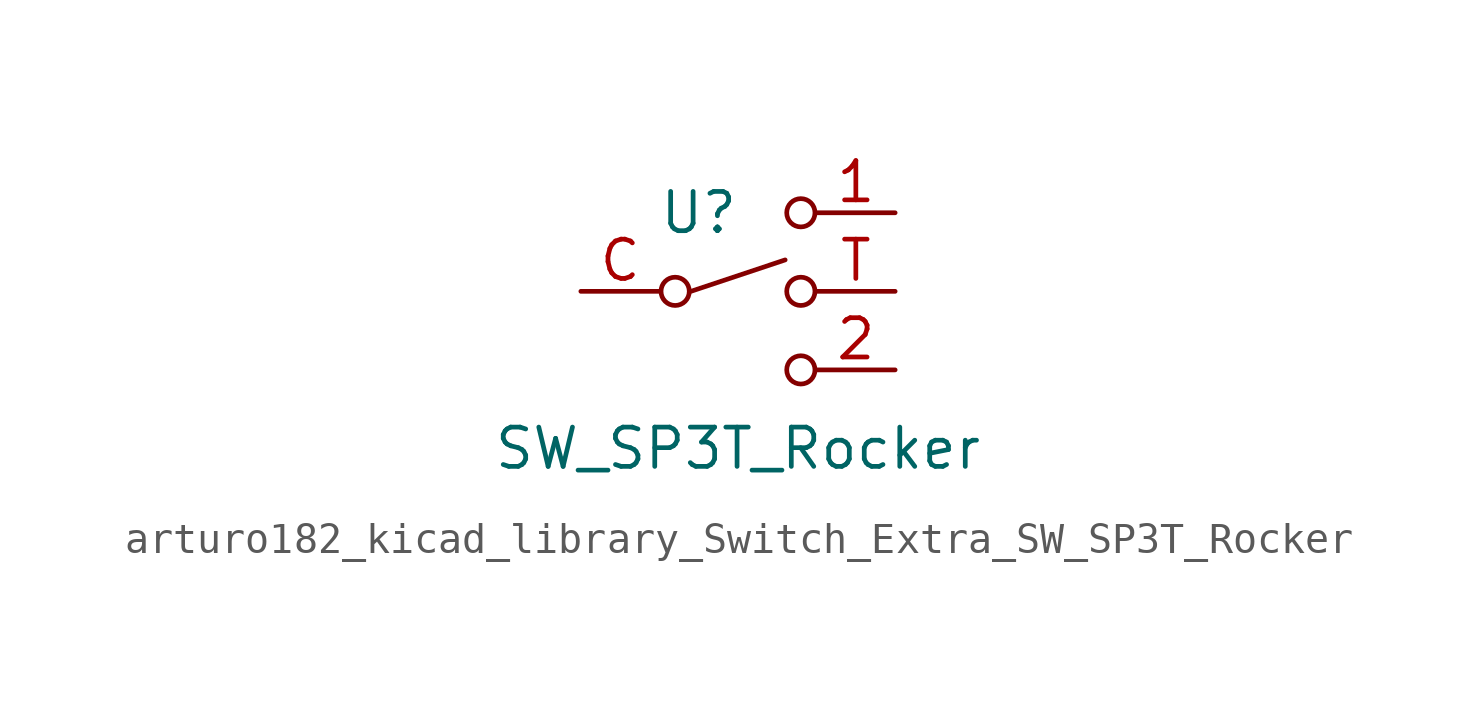
<source format=kicad_sym>
(kicad_symbol_lib
  (version 20220914)
  (generator kicad_symbol_editor)
  (symbol "arturo182_kicad_library_Switch_Extra_SW_SP3T_Rocker"
    (pin_names hide)
    (property "Reference" "U"
      (at -1.27 2.54 0)
      (effects (font (size 1.27 1.27))))
    (property "Value" "SW_SP3T_Rocker"
      (at 0 -5.08 0)
      (effects (font (size 1.27 1.27))))
    (symbol "arturo182_kicad_library_Switch_Extra_SW_SP3T_Rocker_0_1"
      (circle (center -2.032 0) (radius 0.457) (stroke (width 0) (type default) (color 0 0 0 0)) (fill (type none)))
      (polyline (pts (xy -1.524 0) (xy 1.524 1.016)) (stroke (width 0) (type default) (color 0 0 0 0)) (fill (type none)))
      (circle (center 2.032 -2.54) (radius 0.457) (stroke (width 0) (type default) (color 0 0 0 0)) (fill (type none)))
      (circle (center 2.032 0) (radius 0.457) (stroke (width 0) (type default) (color 0 0 0 0)) (fill (type none)))
      (circle (center 2.032 2.54) (radius 0.457) (stroke (width 0) (type default) (color 0 0 0 0)) (fill (type none))))
    (symbol "arturo182_kicad_library_Switch_Extra_SW_SP3T_Rocker_1_1"
      (pin passive line (at 5.08 2.54 180) (length 2.54) (name "1" (effects (font (size 1.27 1.27)))) (number "1" (effects (font (size 1.27 1.27)))))
      (pin passive line (at 5.08 -2.54 180) (length 2.54) (name "2" (effects (font (size 1.27 1.27)))) (number "2" (effects (font (size 1.27 1.27)))))
      (pin passive line (at -5.08 0 0) (length 2.54) (name "C" (effects (font (size 1.27 1.27)))) (number "C" (effects (font (size 1.27 1.27)))))
      (pin no_connect line (at -5.08 -2.54 0) (length 2.54) hide (name "G" (effects (font (size 1.27 1.27)))) (number "G" (effects (font (size 1.27 1.27)))))
      (pin passive line (at 5.08 0 180) (length 2.54) (name "T" (effects (font (size 1.27 1.27)))) (number "T" (effects (font (size 1.27 1.27))))))))
</source>
